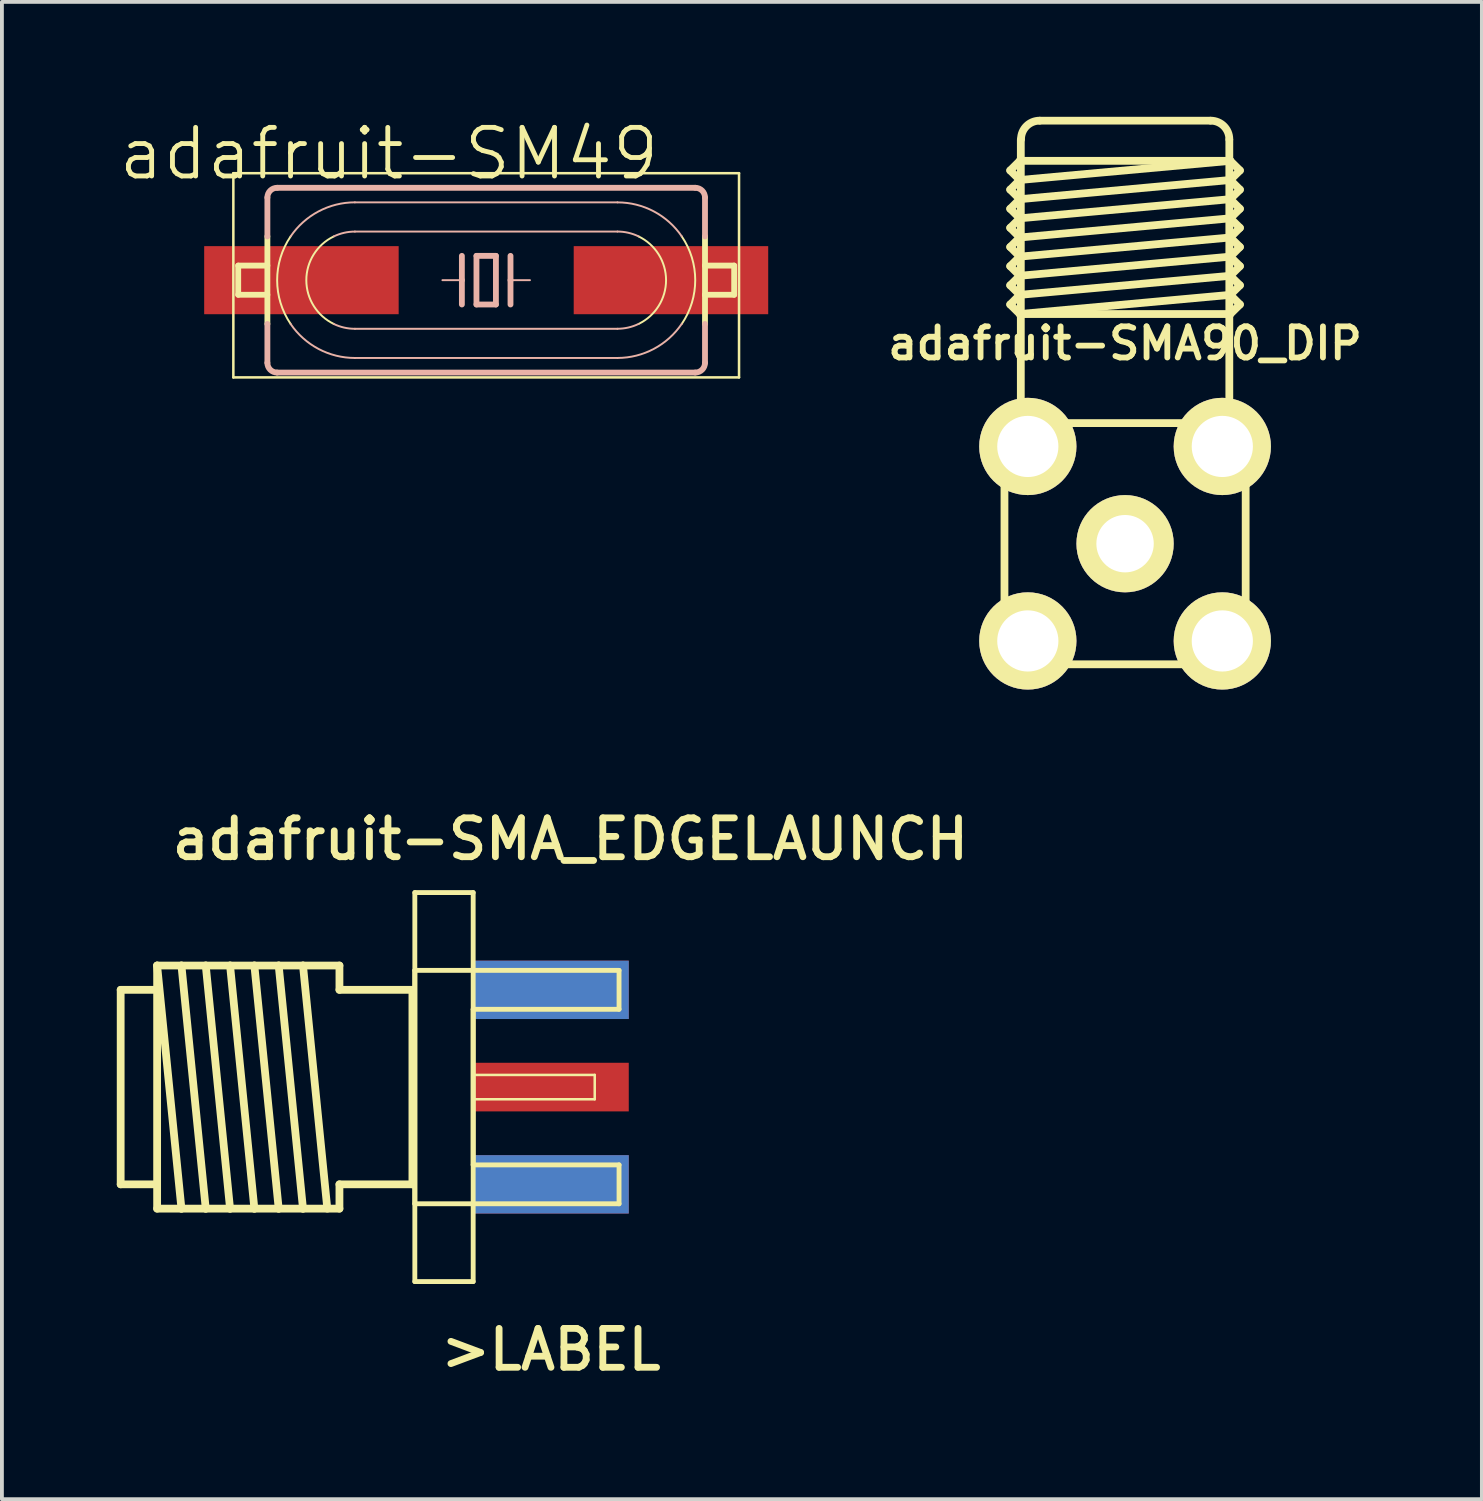
<source format=kicad_pcb>
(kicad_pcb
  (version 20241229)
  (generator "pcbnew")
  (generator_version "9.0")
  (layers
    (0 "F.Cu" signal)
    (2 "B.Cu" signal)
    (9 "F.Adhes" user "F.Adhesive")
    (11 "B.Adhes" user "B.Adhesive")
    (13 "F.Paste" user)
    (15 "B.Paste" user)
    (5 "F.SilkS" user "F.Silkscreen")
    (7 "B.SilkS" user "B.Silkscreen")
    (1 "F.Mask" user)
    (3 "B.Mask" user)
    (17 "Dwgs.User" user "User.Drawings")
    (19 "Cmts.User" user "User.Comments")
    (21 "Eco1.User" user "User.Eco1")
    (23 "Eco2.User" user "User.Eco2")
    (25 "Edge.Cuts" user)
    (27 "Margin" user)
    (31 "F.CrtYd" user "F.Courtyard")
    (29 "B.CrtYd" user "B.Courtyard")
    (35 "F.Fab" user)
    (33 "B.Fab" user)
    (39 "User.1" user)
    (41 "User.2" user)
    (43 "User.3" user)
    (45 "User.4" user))
  (footprint "adafruit-SMA90_DIP"
    (layer "F.Cu")
    (at 26.336 11.151)
    (property "Reference" "adafruit-SMA90_DIP" (at 0 -5.232 0) (layer "F.SilkS") (effects (font (size 0.813 0.813) (thickness 0.152))))
    (attr exclude_from_pos_files exclude_from_bom)
    (fp_line (start -3.15 2.52) (end -3.15 -2.52) (stroke (width 0.203) (type solid)) (layer "F.SilkS"))
    (fp_line (start -3 -9.749) (end -2.748 -9.5) (stroke (width 0.203) (type solid)) (layer "F.SilkS"))
    (fp_line (start -3 -9.248) (end -2.748 -8.999) (stroke (width 0.203) (type solid)) (layer "F.SilkS"))
    (fp_line (start -3 -8.748) (end -2.748 -8.499) (stroke (width 0.203) (type solid)) (layer "F.SilkS"))
    (fp_line (start -3 -8.25) (end -2.748 -7.998) (stroke (width 0.203) (type solid)) (layer "F.SilkS"))
    (fp_line (start -3 -7.75) (end -2.748 -7.498) (stroke (width 0.203) (type solid)) (layer "F.SilkS"))
    (fp_line (start -3 -7.249) (end -2.748 -6.998) (stroke (width 0.203) (type solid)) (layer "F.SilkS"))
    (fp_line (start -3 -6.749) (end -2.748 -6.5) (stroke (width 0.203) (type solid)) (layer "F.SilkS"))
    (fp_line (start -3 -6.248) (end -2.748 -5.999) (stroke (width 0.203) (type solid)) (layer "F.SilkS"))
    (fp_line (start -2.748 -10) (end -3 -9.749) (stroke (width 0.203) (type solid)) (layer "F.SilkS"))
    (fp_line (start -2.748 -10) (end 2.748 -10) (stroke (width 0.203) (type solid)) (layer "F.SilkS"))
    (fp_line (start -2.748 -9.5) (end -3 -9.248) (stroke (width 0.203) (type solid)) (layer "F.SilkS"))
    (fp_line (start -2.748 -9.5) (end 2.748 -10) (stroke (width 0.203) (type solid)) (layer "F.SilkS"))
    (fp_line (start -2.748 -8.999) (end -3 -8.748) (stroke (width 0.203) (type solid)) (layer "F.SilkS"))
    (fp_line (start -2.748 -8.999) (end 2.748 -9.5) (stroke (width 0.203) (type solid)) (layer "F.SilkS"))
    (fp_line (start -2.748 -8.499) (end -3 -8.25) (stroke (width 0.203) (type solid)) (layer "F.SilkS"))
    (fp_line (start -2.748 -8.499) (end 2.748 -8.999) (stroke (width 0.203) (type solid)) (layer "F.SilkS"))
    (fp_line (start -2.748 -7.998) (end -3 -7.75) (stroke (width 0.203) (type solid)) (layer "F.SilkS"))
    (fp_line (start -2.748 -7.998) (end 2.748 -8.499) (stroke (width 0.203) (type solid)) (layer "F.SilkS"))
    (fp_line (start -2.748 -7.498) (end -3 -7.249) (stroke (width 0.203) (type solid)) (layer "F.SilkS"))
    (fp_line (start -2.748 -7.498) (end 2.748 -7.998) (stroke (width 0.203) (type solid)) (layer "F.SilkS"))
    (fp_line (start -2.748 -6.998) (end -3 -6.749) (stroke (width 0.203) (type solid)) (layer "F.SilkS"))
    (fp_line (start -2.748 -6.998) (end 2.748 -7.498) (stroke (width 0.203) (type solid)) (layer "F.SilkS"))
    (fp_line (start -2.748 -6.5) (end -3 -6.248) (stroke (width 0.203) (type solid)) (layer "F.SilkS"))
    (fp_line (start -2.748 -6.5) (end 2.748 -6.998) (stroke (width 0.203) (type solid)) (layer "F.SilkS"))
    (fp_line (start -2.748 -5.999) (end 2.748 -6.5) (stroke (width 0.203) (type solid)) (layer "F.SilkS"))
    (fp_line (start -2.748 -5.999) (end 2.748 -5.999) (stroke (width 0.203) (type solid)) (layer "F.SilkS"))
    (fp_line (start -2.723 -10.549) (end -2.723 -3.15) (stroke (width 0.203) (type solid)) (layer "F.SilkS"))
    (fp_line (start -2.52 -3.15) (end 2.52 -3.15) (stroke (width 0.203) (type solid)) (layer "F.SilkS"))
    (fp_line (start -2.223 -11.049) (end 2.223 -11.049) (stroke (width 0.203) (type solid)) (layer "F.SilkS"))
    (fp_line (start 2.52 3.15) (end -2.52 3.15) (stroke (width 0.203) (type solid)) (layer "F.SilkS"))
    (fp_line (start 2.723 -10.549) (end 2.723 -3.15) (stroke (width 0.203) (type solid)) (layer "F.SilkS"))
    (fp_line (start 2.748 -10) (end 3 -9.749) (stroke (width 0.203) (type solid)) (layer "F.SilkS"))
    (fp_line (start 2.748 -9.5) (end 3 -9.248) (stroke (width 0.203) (type solid)) (layer "F.SilkS"))
    (fp_line (start 2.748 -8.999) (end 3 -8.748) (stroke (width 0.203) (type solid)) (layer "F.SilkS"))
    (fp_line (start 2.748 -8.499) (end 3 -8.25) (stroke (width 0.203) (type solid)) (layer "F.SilkS"))
    (fp_line (start 2.748 -7.998) (end 3 -7.75) (stroke (width 0.203) (type solid)) (layer "F.SilkS"))
    (fp_line (start 2.748 -7.498) (end 3 -7.249) (stroke (width 0.203) (type solid)) (layer "F.SilkS"))
    (fp_line (start 2.748 -6.998) (end 3 -6.749) (stroke (width 0.203) (type solid)) (layer "F.SilkS"))
    (fp_line (start 2.748 -6.5) (end 3 -6.248) (stroke (width 0.203) (type solid)) (layer "F.SilkS"))
    (fp_line (start 3 -9.749) (end 2.748 -9.5) (stroke (width 0.203) (type solid)) (layer "F.SilkS"))
    (fp_line (start 3 -9.248) (end 2.748 -8.999) (stroke (width 0.203) (type solid)) (layer "F.SilkS"))
    (fp_line (start 3 -8.748) (end 2.748 -8.499) (stroke (width 0.203) (type solid)) (layer "F.SilkS"))
    (fp_line (start 3 -8.25) (end 2.748 -7.998) (stroke (width 0.203) (type solid)) (layer "F.SilkS"))
    (fp_line (start 3 -7.75) (end 2.748 -7.498) (stroke (width 0.203) (type solid)) (layer "F.SilkS"))
    (fp_line (start 3 -7.249) (end 2.748 -6.998) (stroke (width 0.203) (type solid)) (layer "F.SilkS"))
    (fp_line (start 3 -6.749) (end 2.748 -6.5) (stroke (width 0.203) (type solid)) (layer "F.SilkS"))
    (fp_line (start 3 -6.248) (end 2.748 -5.999) (stroke (width 0.203) (type solid)) (layer "F.SilkS"))
    (fp_line (start 3.15 -2.52) (end 3.15 2.52) (stroke (width 0.203) (type solid)) (layer "F.SilkS"))
    (fp_arc (start -3.1496 -2.51968) (mid -2.965101 -2.965101) (end -2.51968 -3.1496) (stroke (width 0.2032) (type solid)) (layer "F.SilkS"))
    (fp_arc (start -2.7178 -10.56386) (mid -2.575706 -10.906906) (end -2.23266 -11.049) (stroke (width 0.2032) (type solid)) (layer "F.SilkS"))
    (fp_arc (start -2.51968 3.1496) (mid -2.965101 2.965101) (end -3.1496 2.51968) (stroke (width 0.2032) (type solid)) (layer "F.SilkS"))
    (fp_arc (start 2.23774 -11.049) (mid 2.580786 -10.906906) (end 2.72288 -10.56386) (stroke (width 0.2032) (type solid)) (layer "F.SilkS"))
    (fp_arc (start 2.51968 -3.1496) (mid 2.965101 -2.965101) (end 3.1496 -2.51968) (stroke (width 0.2032) (type solid)) (layer "F.SilkS"))
    (fp_arc (start 3.1496 2.51968) (mid 2.965101 2.965101) (end 2.51968 3.1496) (stroke (width 0.2032) (type solid)) (layer "F.SilkS"))
    (pad "ANTE" thru_hole circle (at 0 0) (size 2.54 2.54) (drill 1.499) (layers "*.Cu" "F.Mask" "F.SilkS" "F.Paste"))
    (pad "GND1" thru_hole circle (at -2.54 -2.54) (size 2.54 2.54) (drill 1.598) (layers "*.Cu" "F.Mask" "F.SilkS" "F.Paste"))
    (pad "GND2" thru_hole circle (at 2.54 -2.54) (size 2.54 2.54) (drill 1.598) (layers "*.Cu" "F.Mask" "F.SilkS" "F.Paste"))
    (pad "GND3" thru_hole circle (at -2.54 2.54) (size 2.54 2.54) (drill 1.598) (layers "*.Cu" "F.Mask" "F.SilkS" "F.Paste"))
    (pad "GND4" thru_hole circle (at 2.54 2.54) (size 2.54 2.54) (drill 1.598) (layers "*.Cu" "F.Mask" "F.SilkS" "F.Paste")))
  (footprint "adafruit-SM49"
    (layer "F.Cu")
    (at 9.649 4.268)
    (property "Reference" "adafruit-SM49" (at -2.54 -3.302 0) (layer "F.SilkS") (effects (font (size 1.27 1.27) (thickness 0.127))))
    (attr smd)
    (fp_line (start -6.604 -2.794) (end 6.604 -2.794) (stroke (width 0.066) (type solid)) (layer "F.SilkS"))
    (fp_line (start -6.604 2.54) (end -6.604 -2.794) (stroke (width 0.066) (type solid)) (layer "F.SilkS"))
    (fp_line (start -6.604 2.54) (end 6.604 2.54) (stroke (width 0.066) (type solid)) (layer "F.SilkS"))
    (fp_line (start -6.477 -0.381) (end -6.477 0.381) (stroke (width 0.152) (type solid)) (layer "F.SilkS"))
    (fp_line (start -5.715 -1.143) (end -5.715 1.143) (stroke (width 0.152) (type solid)) (layer "F.SilkS"))
    (fp_line (start -5.715 -0.381) (end -6.477 -0.381) (stroke (width 0.152) (type solid)) (layer "F.SilkS"))
    (fp_line (start -5.715 0.381) (end -6.477 0.381) (stroke (width 0.152) (type solid)) (layer "F.SilkS"))
    (fp_line (start 5.715 -1.143) (end 5.715 -0.381) (stroke (width 0.152) (type solid)) (layer "F.SilkS"))
    (fp_line (start 5.715 -0.381) (end 5.715 0.381) (stroke (width 0.152) (type solid)) (layer "F.SilkS"))
    (fp_line (start 5.715 -0.381) (end 6.477 -0.381) (stroke (width 0.152) (type solid)) (layer "F.SilkS"))
    (fp_line (start 5.715 0.381) (end 5.715 1.143) (stroke (width 0.152) (type solid)) (layer "F.SilkS"))
    (fp_line (start 5.715 0.381) (end 6.477 0.381) (stroke (width 0.152) (type solid)) (layer "F.SilkS"))
    (fp_line (start 6.477 -0.381) (end 6.477 0.381) (stroke (width 0.152) (type solid)) (layer "F.SilkS"))
    (fp_line (start 6.604 2.54) (end 6.604 -2.794) (stroke (width 0.066) (type solid)) (layer "F.SilkS"))
    (fp_arc (start -5.10794 1.143) (mid -5.46008 0.001649) (end -5.109794 -1.140273) (stroke (width 0.0508) (type solid)) (layer "F.SilkS"))
    (fp_arc (start -3.98018 1.143) (mid -4.697953 0.002339) (end -3.98439 -1.14096) (stroke (width 0.0508) (type solid)) (layer "F.SilkS"))
    (fp_arc (start 3.98018 -1.143) (mid 4.697953 -0.002339) (end 3.98439 1.14096) (stroke (width 0.0508) (type solid)) (layer "F.SilkS"))
    (fp_arc (start 5.10794 -1.143) (mid 5.46008 -0.001649) (end 5.109794 1.140273) (stroke (width 0.0508) (type solid)) (layer "F.SilkS"))
    (fp_line (start -5.715 -2.159) (end -5.715 -1.143) (stroke (width 0.152) (type solid)) (layer "B.SilkS"))
    (fp_line (start -5.715 1.143) (end -5.715 2.159) (stroke (width 0.152) (type solid)) (layer "B.SilkS"))
    (fp_line (start -5.461 -2.413) (end 5.461 -2.413) (stroke (width 0.152) (type solid)) (layer "B.SilkS"))
    (fp_line (start -5.461 2.413) (end 5.461 2.413) (stroke (width 0.152) (type solid)) (layer "B.SilkS"))
    (fp_line (start -3.429 -2.032) (end 3.429 -2.032) (stroke (width 0.051) (type solid)) (layer "B.SilkS"))
    (fp_line (start -3.429 -1.27) (end 3.429 -1.27) (stroke (width 0.051) (type solid)) (layer "B.SilkS"))
    (fp_line (start -0.635 -0.635) (end -0.635 0) (stroke (width 0.152) (type solid)) (layer "B.SilkS"))
    (fp_line (start -0.635 0) (end -1.143 0) (stroke (width 0.051) (type solid)) (layer "B.SilkS"))
    (fp_line (start -0.635 0) (end -0.635 0.635) (stroke (width 0.152) (type solid)) (layer "B.SilkS"))
    (fp_line (start -0.254 -0.635) (end -0.254 0.635) (stroke (width 0.152) (type solid)) (layer "B.SilkS"))
    (fp_line (start -0.254 0.635) (end 0.254 0.635) (stroke (width 0.152) (type solid)) (layer "B.SilkS"))
    (fp_line (start 0.254 -0.635) (end -0.254 -0.635) (stroke (width 0.152) (type solid)) (layer "B.SilkS"))
    (fp_line (start 0.254 0.635) (end 0.254 -0.635) (stroke (width 0.152) (type solid)) (layer "B.SilkS"))
    (fp_line (start 0.635 -0.635) (end 0.635 0) (stroke (width 0.152) (type solid)) (layer "B.SilkS"))
    (fp_line (start 0.635 0) (end 0.635 0.635) (stroke (width 0.152) (type solid)) (layer "B.SilkS"))
    (fp_line (start 0.635 0) (end 1.143 0) (stroke (width 0.051) (type solid)) (layer "B.SilkS"))
    (fp_line (start 3.429 1.27) (end -3.429 1.27) (stroke (width 0.051) (type solid)) (layer "B.SilkS"))
    (fp_line (start 3.429 2.032) (end -3.429 2.032) (stroke (width 0.051) (type solid)) (layer "B.SilkS"))
    (fp_line (start 5.715 -2.159) (end 5.715 -1.143) (stroke (width 0.152) (type solid)) (layer "B.SilkS"))
    (fp_line (start 5.715 1.143) (end 5.715 2.159) (stroke (width 0.152) (type solid)) (layer "B.SilkS"))
    (fp_arc (start -5.715 -2.159) (mid -5.640605 -2.338605) (end -5.461 -2.413) (stroke (width 0.1524) (type solid)) (layer "B.SilkS"))
    (fp_arc (start -5.461 2.413) (mid -5.640605 2.338605) (end -5.715 2.159) (stroke (width 0.1524) (type solid)) (layer "B.SilkS"))
    (fp_arc (start -5.10794 -1.143) (mid -4.379218 -1.796128) (end -3.429787 -2.033178) (stroke (width 0.0508) (type solid)) (layer "B.SilkS"))
    (fp_arc (start -3.98018 -1.143) (mid -3.711094 -1.237203) (end -3.427769 -1.268955) (stroke (width 0.0508) (type solid)) (layer "B.SilkS"))
    (fp_arc (start -3.429 1.27) (mid -3.712527 1.237947) (end -3.981743 1.143405) (stroke (width 0.0508) (type solid)) (layer "B.SilkS"))
    (fp_arc (start -3.429 2.032) (mid -4.378266 1.796641) (end -5.107632 1.145085) (stroke (width 0.0508) (type solid)) (layer "B.SilkS"))
    (fp_arc (start 3.429 -2.032) (mid 4.378266 -1.796641) (end 5.107632 -1.145085) (stroke (width 0.0508) (type solid)) (layer "B.SilkS"))
    (fp_arc (start 3.429 -1.27) (mid 3.712527 -1.237947) (end 3.981743 -1.143405) (stroke (width 0.0508) (type solid)) (layer "B.SilkS"))
    (fp_arc (start 3.98018 1.143) (mid 3.711094 1.237203) (end 3.427769 1.268955) (stroke (width 0.0508) (type solid)) (layer "B.SilkS"))
    (fp_arc (start 5.10794 1.14046) (mid 4.380405 1.793882) (end 3.431886 2.031747) (stroke (width 0.0508) (type solid)) (layer "B.SilkS"))
    (fp_arc (start 5.461 -2.413) (mid 5.640605 -2.338605) (end 5.715 -2.159) (stroke (width 0.1524) (type solid)) (layer "B.SilkS"))
    (fp_arc (start 5.715 2.159) (mid 5.640605 2.338605) (end 5.461 2.413) (stroke (width 0.1524) (type solid)) (layer "B.SilkS"))
    (pad "1" smd rect (at -4.826 0) (size 5.08 1.778) (layers "F.Cu" "F.Mask" "F.Paste"))
    (pad "2" smd rect (at 4.826 0) (size 5.08 1.778) (layers "F.Cu" "F.Mask" "F.Paste")))
  (footprint "adafruit-SMA_EDGELAUNCH"
    (layer "F.Cu")
    (at 9.309 25.344)
    (property "Reference" "adafruit-SMA_EDGELAUNCH" (at 2.54 -6.477 180) (layer "F.SilkS") (effects (font (size 1.016 1.016) (thickness 0.178))))
    (attr smd)
    (fp_line (start -9.207 -2.54) (end -8.255 -2.54) (stroke (width 0.203) (type solid)) (layer "F.SilkS"))
    (fp_line (start -9.207 2.54) (end -9.207 -2.54) (stroke (width 0.203) (type solid)) (layer "F.SilkS"))
    (fp_line (start -8.255 -3.175) (end -7.62 -3.175) (stroke (width 0.203) (type solid)) (layer "F.SilkS"))
    (fp_line (start -8.255 -3.175) (end -7.62 3.175) (stroke (width 0.203) (type solid)) (layer "F.SilkS"))
    (fp_line (start -8.255 -2.54) (end -8.255 -3.175) (stroke (width 0.203) (type solid)) (layer "F.SilkS"))
    (fp_line (start -8.255 -2.54) (end -8.255 2.54) (stroke (width 0.203) (type solid)) (layer "F.SilkS"))
    (fp_line (start -8.255 2.54) (end -9.207 2.54) (stroke (width 0.203) (type solid)) (layer "F.SilkS"))
    (fp_line (start -8.255 3.175) (end -8.255 2.54) (stroke (width 0.203) (type solid)) (layer "F.SilkS"))
    (fp_line (start -7.62 -3.175) (end -6.985 -3.175) (stroke (width 0.203) (type solid)) (layer "F.SilkS"))
    (fp_line (start -7.62 -3.175) (end -6.985 3.175) (stroke (width 0.203) (type solid)) (layer "F.SilkS"))
    (fp_line (start -7.62 3.175) (end -8.255 3.175) (stroke (width 0.203) (type solid)) (layer "F.SilkS"))
    (fp_line (start -6.985 -3.175) (end -6.35 -3.175) (stroke (width 0.203) (type solid)) (layer "F.SilkS"))
    (fp_line (start -6.985 -3.175) (end -6.35 3.175) (stroke (width 0.203) (type solid)) (layer "F.SilkS"))
    (fp_line (start -6.985 3.175) (end -7.62 3.175) (stroke (width 0.203) (type solid)) (layer "F.SilkS"))
    (fp_line (start -6.35 -3.175) (end -5.715 -3.175) (stroke (width 0.203) (type solid)) (layer "F.SilkS"))
    (fp_line (start -6.35 -3.175) (end -5.715 3.175) (stroke (width 0.203) (type solid)) (layer "F.SilkS"))
    (fp_line (start -6.35 3.175) (end -6.985 3.175) (stroke (width 0.203) (type solid)) (layer "F.SilkS"))
    (fp_line (start -5.715 -3.175) (end -5.08 -3.175) (stroke (width 0.203) (type solid)) (layer "F.SilkS"))
    (fp_line (start -5.715 -3.175) (end -5.08 3.175) (stroke (width 0.203) (type solid)) (layer "F.SilkS"))
    (fp_line (start -5.715 3.175) (end -6.35 3.175) (stroke (width 0.203) (type solid)) (layer "F.SilkS"))
    (fp_line (start -5.08 -3.175) (end -4.445 -3.175) (stroke (width 0.203) (type solid)) (layer "F.SilkS"))
    (fp_line (start -5.08 -3.175) (end -4.445 3.175) (stroke (width 0.203) (type solid)) (layer "F.SilkS"))
    (fp_line (start -5.08 3.175) (end -5.715 3.175) (stroke (width 0.203) (type solid)) (layer "F.SilkS"))
    (fp_line (start -4.445 -3.175) (end -3.81 3.175) (stroke (width 0.203) (type solid)) (layer "F.SilkS"))
    (fp_line (start -4.445 -3.175) (end -3.493 -3.175) (stroke (width 0.203) (type solid)) (layer "F.SilkS"))
    (fp_line (start -4.445 3.175) (end -5.08 3.175) (stroke (width 0.203) (type solid)) (layer "F.SilkS"))
    (fp_line (start -3.493 -3.175) (end -3.493 -2.54) (stroke (width 0.203) (type solid)) (layer "F.SilkS"))
    (fp_line (start -3.493 -2.54) (end -1.587 -2.54) (stroke (width 0.203) (type solid)) (layer "F.SilkS"))
    (fp_line (start -3.493 2.54) (end -3.493 3.175) (stroke (width 0.203) (type solid)) (layer "F.SilkS"))
    (fp_line (start -3.493 3.175) (end -4.445 3.175) (stroke (width 0.203) (type solid)) (layer "F.SilkS"))
    (fp_line (start -1.587 -2.54) (end -1.587 2.54) (stroke (width 0.203) (type solid)) (layer "F.SilkS"))
    (fp_line (start -1.587 2.54) (end -3.493 2.54) (stroke (width 0.203) (type solid)) (layer "F.SilkS"))
    (fp_line (start -1.524 -5.08) (end 0 -5.08) (stroke (width 0.127) (type solid)) (layer "F.SilkS"))
    (fp_line (start -1.524 -3.048) (end 3.81 -3.048) (stroke (width 0.127) (type solid)) (layer "F.SilkS"))
    (fp_line (start -1.524 3.048) (end -1.524 -3.048) (stroke (width 0.127) (type solid)) (layer "F.SilkS"))
    (fp_line (start -1.524 5.08) (end -1.524 -5.08) (stroke (width 0.127) (type solid)) (layer "F.SilkS"))
    (fp_line (start 0 -5.08) (end 0 5.08) (stroke (width 0.127) (type solid)) (layer "F.SilkS"))
    (fp_line (start 0 -2.032) (end 0 2.032) (stroke (width 0.127) (type solid)) (layer "F.SilkS"))
    (fp_line (start 0 -0.318) (end 3.175 -0.318) (stroke (width 0.066) (type solid)) (layer "F.SilkS"))
    (fp_line (start 0 0.318) (end 0 -0.318) (stroke (width 0.066) (type solid)) (layer "F.SilkS"))
    (fp_line (start 0 0.318) (end 3.175 0.318) (stroke (width 0.066) (type solid)) (layer "F.SilkS"))
    (fp_line (start 0 2.032) (end 3.81 2.032) (stroke (width 0.127) (type solid)) (layer "F.SilkS"))
    (fp_line (start 0 5.08) (end -1.524 5.08) (stroke (width 0.127) (type solid)) (layer "F.SilkS"))
    (fp_line (start 3.175 0.318) (end 3.175 -0.318) (stroke (width 0.066) (type solid)) (layer "F.SilkS"))
    (fp_line (start 3.81 -3.048) (end 3.81 -2.032) (stroke (width 0.127) (type solid)) (layer "F.SilkS"))
    (fp_line (start 3.81 -2.032) (end 0 -2.032) (stroke (width 0.127) (type solid)) (layer "F.SilkS"))
    (fp_line (start 3.81 2.032) (end 3.81 3.048) (stroke (width 0.127) (type solid)) (layer "F.SilkS"))
    (fp_line (start 3.81 3.048) (end -1.524 3.048) (stroke (width 0.127) (type solid)) (layer "F.SilkS"))
    (fp_text user ">LABEL" (at 2.032 6.858 180) (layer "F.SilkS") (effects (font (size 1.016 1.016) (thickness 0.178))))
    (pad "GND@" smd rect (at 2.032 -2.54 90) (size 1.524 4.064) (layers "F.Cu" "F.Mask" "F.Paste"))
    (pad "GND@" smd rect (at 2.032 -2.54 90) (size 1.524 4.064) (layers "B.Cu" "B.Mask"))
    (pad "GND@" smd rect (at 2.032 2.54 90) (size 1.524 4.064) (layers "F.Cu" "F.Mask" "F.Paste"))
    (pad "GND@" smd rect (at 2.032 2.54 90) (size 1.524 4.064) (layers "B.Cu" "B.Mask"))
    (pad "P" smd rect (at 2.032 0 90) (size 1.27 4.064) (layers "F.Cu" "F.Mask" "F.Paste")))
  (gr_rect
    (start -3 -3)
    (end 35.656 36.108)
    (stroke (width 0.1) (type default))
    (fill no)
    (layer "Edge.Cuts")))
</source>
